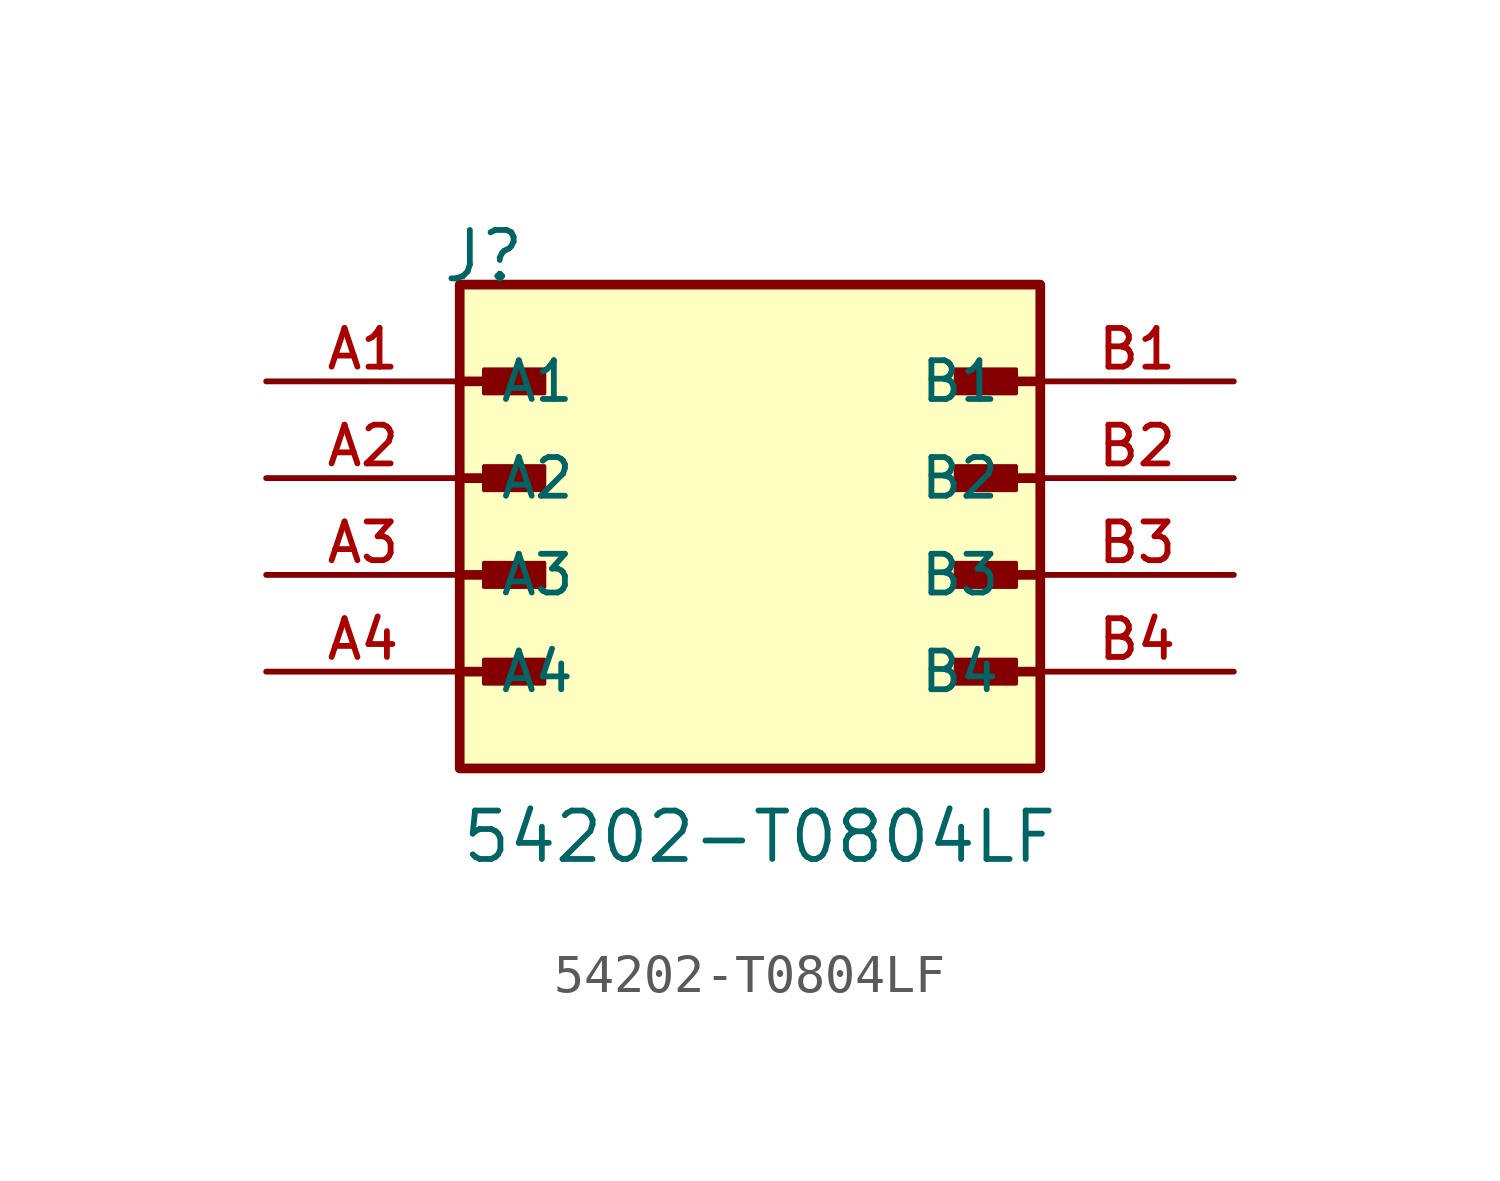
<source format=kicad_sym>
(kicad_symbol_lib
  (version 20211014)
  (generator kicad_symbol_editor)
  (symbol "54202-T0804LF"
    (pin_names
      (offset 1.016))
    (property "Reference" "J"
      (at -8.12 7.62 0)
      (effects (font (size 1.27 1.27)) (justify bottom left)))
    (property "Value" "54202-T0804LF"
      (at -7.62 -7.62 0)
      (effects (font (size 1.27 1.27)) (justify bottom left)))
    (symbol "54202-T0804LF_0_0"
      (polyline (pts (xy -7.62 5.08) (xy -5.715 5.08)) (stroke (width 0.254)))
      (rectangle (start -6.985 4.763) (end -5.397 5.397) (stroke (width 0.1)) (fill (type outline)))
      (polyline (pts (xy 7.62 5.08) (xy 5.715 5.08)) (stroke (width 0.254)))
      (rectangle (start 5.397 4.763) (end 6.985 5.397) (stroke (width 0.1)) (fill (type outline)))
      (polyline (pts (xy -7.62 2.54) (xy -5.715 2.54)) (stroke (width 0.254)))
      (rectangle (start -6.985 2.223) (end -5.397 2.857) (stroke (width 0.1)) (fill (type outline)))
      (polyline (pts (xy 7.62 2.54) (xy 5.715 2.54)) (stroke (width 0.254)))
      (rectangle (start 5.397 2.223) (end 6.985 2.857) (stroke (width 0.1)) (fill (type outline)))
      (polyline (pts (xy -7.62 0.0) (xy -5.715 0.0)) (stroke (width 0.254)))
      (rectangle (start -6.985 -0.318) (end -5.397 0.318) (stroke (width 0.1)) (fill (type outline)))
      (polyline (pts (xy 7.62 0.0) (xy 5.715 0.0)) (stroke (width 0.254)))
      (rectangle (start 5.397 -0.318) (end 6.985 0.318) (stroke (width 0.1)) (fill (type outline)))
      (polyline (pts (xy -7.62 -2.54) (xy -5.715 -2.54)) (stroke (width 0.254)))
      (rectangle (start -6.985 -2.857) (end -5.397 -2.223) (stroke (width 0.1)) (fill (type outline)))
      (polyline (pts (xy 7.62 -2.54) (xy 5.715 -2.54)) (stroke (width 0.254)))
      (rectangle (start 5.397 -2.857) (end 6.985 -2.223) (stroke (width 0.1)) (fill (type outline)))
      (rectangle (start -7.62 -5.08) (end 7.62 7.62) (stroke (width 0.254)) (fill (type background)))
      (pin passive line (at -12.7 5.08 0) (length 5.08) (name "A1" (effects (font (size 1.016 1.016)))) (number "A1" (effects (font (size 1.016 1.016)))))
      (pin passive line (at 12.7 5.08 180.0) (length 5.08) (name "B1" (effects (font (size 1.016 1.016)))) (number "B1" (effects (font (size 1.016 1.016)))))
      (pin passive line (at -12.7 2.54 0) (length 5.08) (name "A2" (effects (font (size 1.016 1.016)))) (number "A2" (effects (font (size 1.016 1.016)))))
      (pin passive line (at 12.7 2.54 180.0) (length 5.08) (name "B2" (effects (font (size 1.016 1.016)))) (number "B2" (effects (font (size 1.016 1.016)))))
      (pin passive line (at -12.7 0.0 0) (length 5.08) (name "A3" (effects (font (size 1.016 1.016)))) (number "A3" (effects (font (size 1.016 1.016)))))
      (pin passive line (at 12.7 0.0 180.0) (length 5.08) (name "B3" (effects (font (size 1.016 1.016)))) (number "B3" (effects (font (size 1.016 1.016)))))
      (pin passive line (at -12.7 -2.54 0) (length 5.08) (name "A4" (effects (font (size 1.016 1.016)))) (number "A4" (effects (font (size 1.016 1.016)))))
      (pin passive line (at 12.7 -2.54 180.0) (length 5.08) (name "B4" (effects (font (size 1.016 1.016)))) (number "B4" (effects (font (size 1.016 1.016))))))))
</source>
